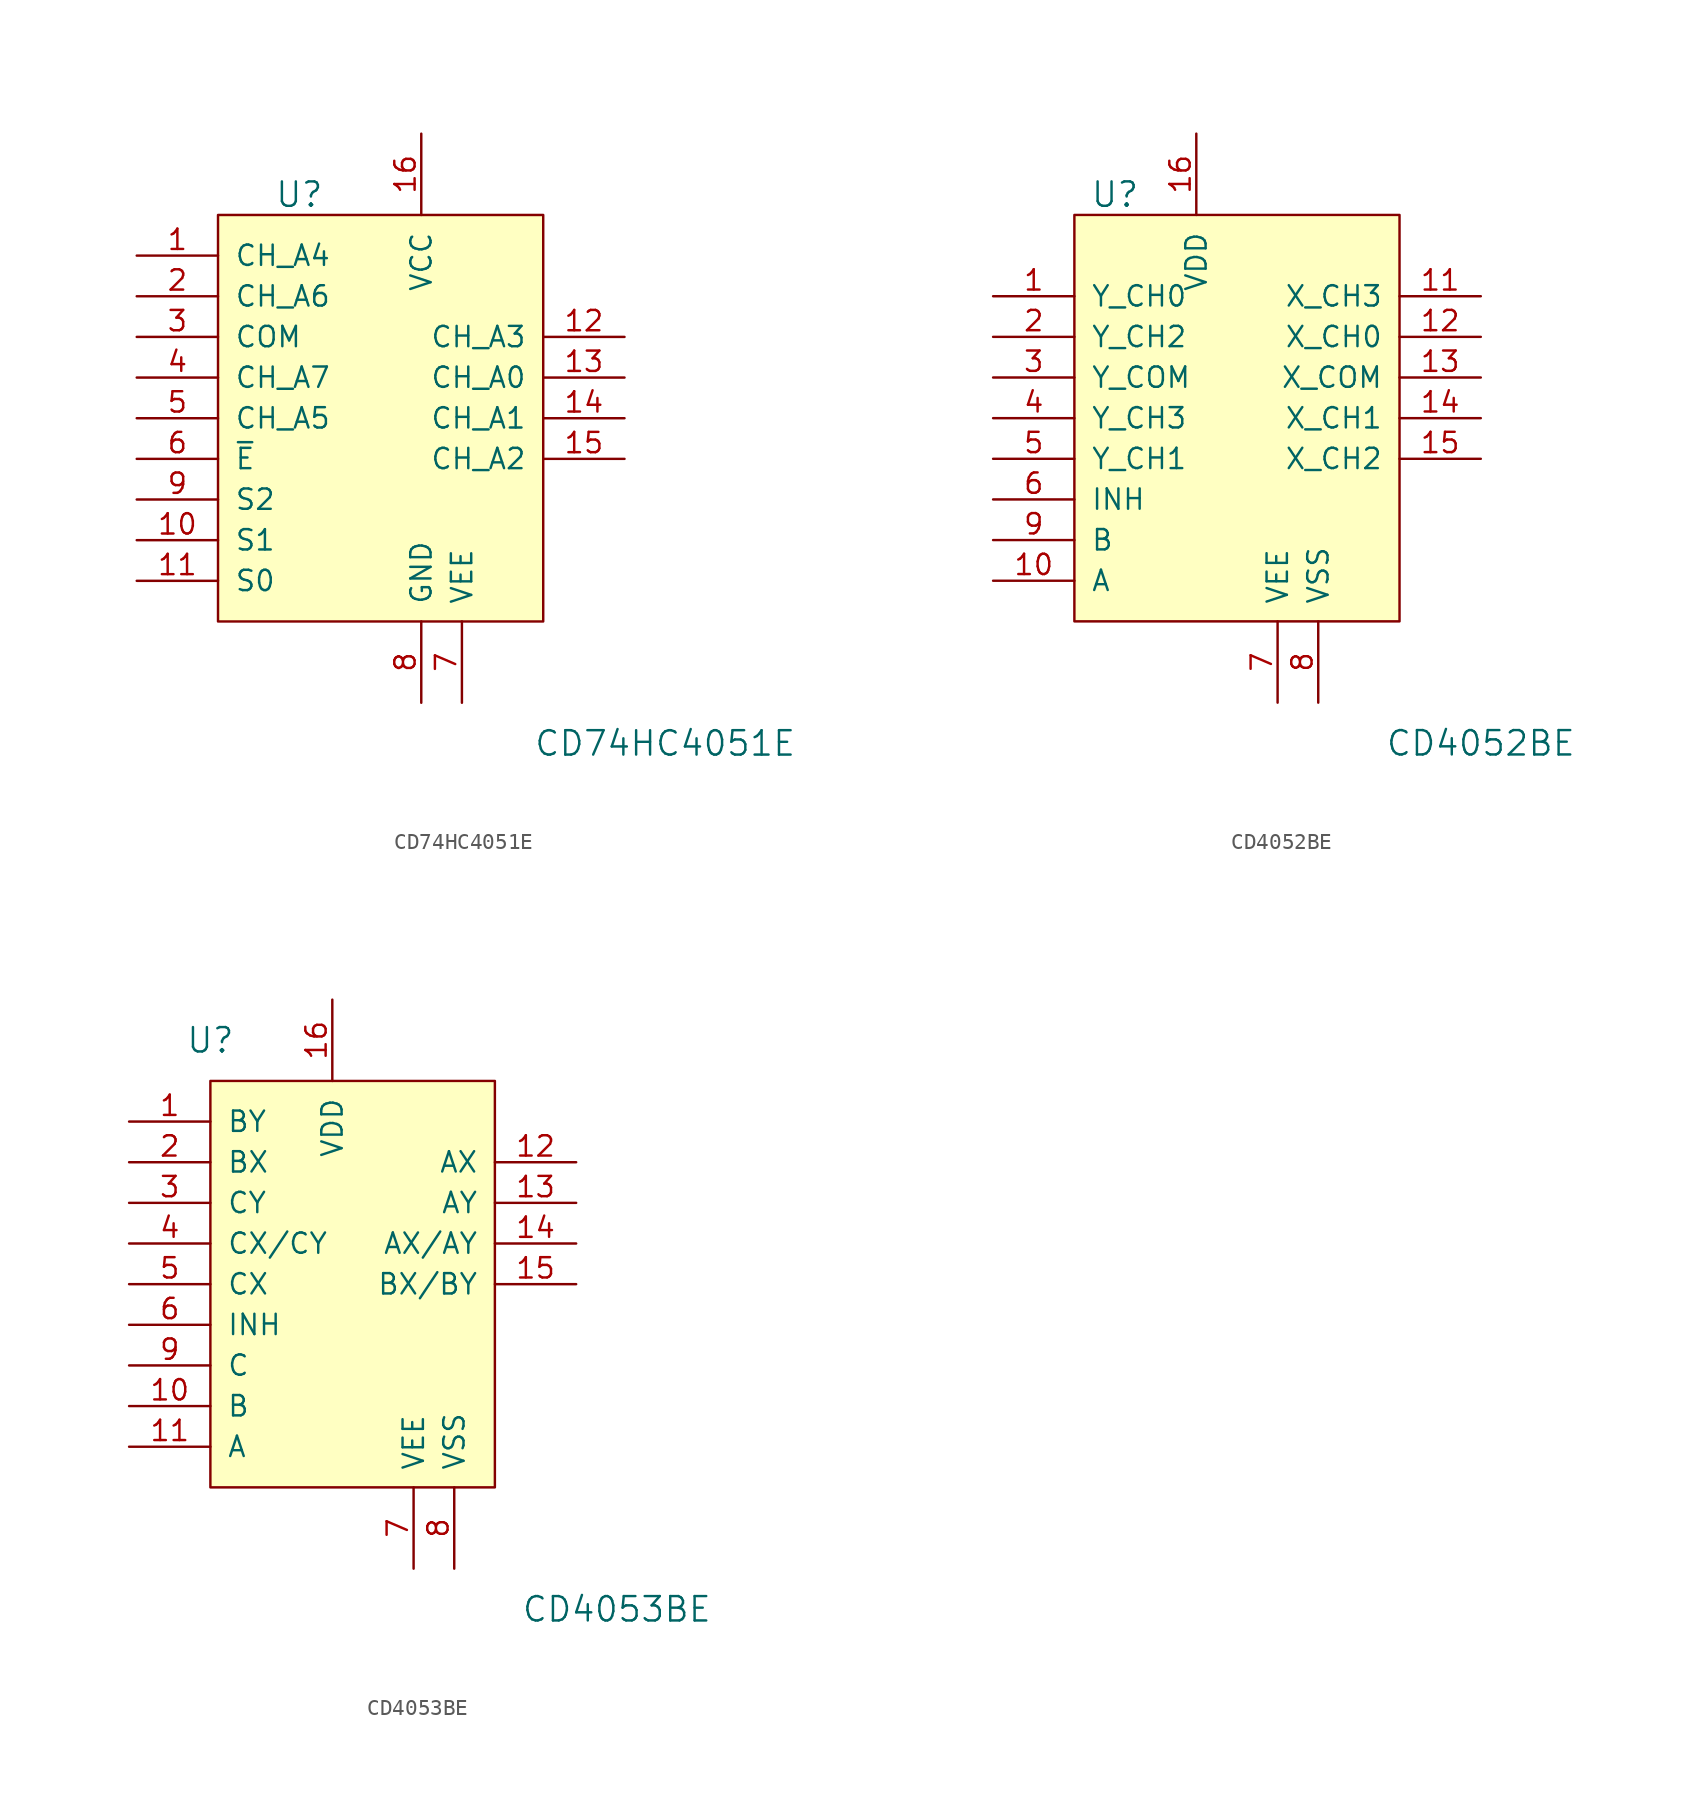
<source format=kicad_sym>
(kicad_symbol_lib
  (version 20231120)
  (generator "kicad_symbol_editor")
  (generator_version "8.0")
  (symbol "CD74HC4051E"
    (pin_names
      (offset 1.016))
    (property "Reference" "U"
      (at -5.08 13.97 0)
      (effects (font (size 1.524 1.524))))
    (property "Value" "CD74HC4051E"
      (at 17.78 -20.32 0)
      (effects (font (size 1.524 1.524))))
    (symbol "CD74HC4051E_0_1"
      (rectangle (start -10.16 12.7) (end 10.16 -12.7) (stroke (width 0) (type solid)) (fill (type background))))
    (symbol "CD74HC4051E_1_1"
      (pin bidirectional line (at -15.24 10.16 0) (length 5.08) (name "CH_A4" (effects (font (size 1.27 1.27)))) (number "1" (effects (font (size 1.27 1.27)))))
      (pin input line (at -15.24 -7.62 0) (length 5.08) (name "S1" (effects (font (size 1.27 1.27)))) (number "10" (effects (font (size 1.27 1.27)))))
      (pin input line (at -15.24 -10.16 0) (length 5.08) (name "S0" (effects (font (size 1.27 1.27)))) (number "11" (effects (font (size 1.27 1.27)))))
      (pin bidirectional line (at 15.24 5.08 180) (length 5.08) (name "CH_A3" (effects (font (size 1.27 1.27)))) (number "12" (effects (font (size 1.27 1.27)))))
      (pin bidirectional line (at 15.24 2.54 180) (length 5.08) (name "CH_A0" (effects (font (size 1.27 1.27)))) (number "13" (effects (font (size 1.27 1.27)))))
      (pin bidirectional line (at 15.24 0 180) (length 5.08) (name "CH_A1" (effects (font (size 1.27 1.27)))) (number "14" (effects (font (size 1.27 1.27)))))
      (pin bidirectional line (at 15.24 -2.54 180) (length 5.08) (name "CH_A2" (effects (font (size 1.27 1.27)))) (number "15" (effects (font (size 1.27 1.27)))))
      (pin power_in line (at 2.54 17.78 270) (length 5.08) (name "VCC" (effects (font (size 1.27 1.27)))) (number "16" (effects (font (size 1.27 1.27)))))
      (pin bidirectional line (at -15.24 7.62 0) (length 5.08) (name "CH_A6" (effects (font (size 1.27 1.27)))) (number "2" (effects (font (size 1.27 1.27)))))
      (pin bidirectional line (at -15.24 5.08 0) (length 5.08) (name "COM" (effects (font (size 1.27 1.27)))) (number "3" (effects (font (size 1.27 1.27)))))
      (pin bidirectional line (at -15.24 2.54 0) (length 5.08) (name "CH_A7" (effects (font (size 1.27 1.27)))) (number "4" (effects (font (size 1.27 1.27)))))
      (pin bidirectional line (at -15.24 0 0) (length 5.08) (name "CH_A5" (effects (font (size 1.27 1.27)))) (number "5" (effects (font (size 1.27 1.27)))))
      (pin input line (at -15.24 -2.54 0) (length 5.08) (name "~{E}" (effects (font (size 1.27 1.27)))) (number "6" (effects (font (size 1.27 1.27)))))
      (pin power_in line (at 5.08 -17.78 90) (length 5.08) (name "VEE" (effects (font (size 1.27 1.27)))) (number "7" (effects (font (size 1.27 1.27)))))
      (pin power_in line (at 2.54 -17.78 90) (length 5.08) (name "GND" (effects (font (size 1.27 1.27)))) (number "8" (effects (font (size 1.27 1.27)))))
      (pin input line (at -15.24 -5.08 0) (length 5.08) (name "S2" (effects (font (size 1.27 1.27)))) (number "9" (effects (font (size 1.27 1.27)))))))
  (symbol "CD4052BE"
    (pin_names
      (offset 1.016))
    (property "Reference" "U"
      (at -7.62 13.97 0)
      (effects (font (size 1.524 1.524))))
    (property "Value" "CD4052BE"
      (at 15.24 -20.32 0)
      (effects (font (size 1.524 1.524))))
    (symbol "CD4052BE_0_1"
      (rectangle (start -10.16 12.7) (end 10.16 -12.7) (stroke (width 0) (type solid)) (fill (type background))))
    (symbol "CD4052BE_1_1"
      (pin bidirectional line (at -15.24 7.62 0) (length 5.08) (name "Y_CH0" (effects (font (size 1.27 1.27)))) (number "1" (effects (font (size 1.27 1.27)))))
      (pin input line (at -15.24 -10.16 0) (length 5.08) (name "A" (effects (font (size 1.27 1.27)))) (number "10" (effects (font (size 1.27 1.27)))))
      (pin bidirectional line (at 15.24 7.62 180) (length 5.08) (name "X_CH3" (effects (font (size 1.27 1.27)))) (number "11" (effects (font (size 1.27 1.27)))))
      (pin bidirectional line (at 15.24 5.08 180) (length 5.08) (name "X_CH0" (effects (font (size 1.27 1.27)))) (number "12" (effects (font (size 1.27 1.27)))))
      (pin bidirectional line (at 15.24 2.54 180) (length 5.08) (name "X_COM" (effects (font (size 1.27 1.27)))) (number "13" (effects (font (size 1.27 1.27)))))
      (pin bidirectional line (at 15.24 0 180) (length 5.08) (name "X_CH1" (effects (font (size 1.27 1.27)))) (number "14" (effects (font (size 1.27 1.27)))))
      (pin bidirectional line (at 15.24 -2.54 180) (length 5.08) (name "X_CH2" (effects (font (size 1.27 1.27)))) (number "15" (effects (font (size 1.27 1.27)))))
      (pin power_in line (at -2.54 17.78 270) (length 5.08) (name "VDD" (effects (font (size 1.27 1.27)))) (number "16" (effects (font (size 1.27 1.27)))))
      (pin bidirectional line (at -15.24 5.08 0) (length 5.08) (name "Y_CH2" (effects (font (size 1.27 1.27)))) (number "2" (effects (font (size 1.27 1.27)))))
      (pin bidirectional line (at -15.24 2.54 0) (length 5.08) (name "Y_COM" (effects (font (size 1.27 1.27)))) (number "3" (effects (font (size 1.27 1.27)))))
      (pin bidirectional line (at -15.24 0 0) (length 5.08) (name "Y_CH3" (effects (font (size 1.27 1.27)))) (number "4" (effects (font (size 1.27 1.27)))))
      (pin bidirectional line (at -15.24 -2.54 0) (length 5.08) (name "Y_CH1" (effects (font (size 1.27 1.27)))) (number "5" (effects (font (size 1.27 1.27)))))
      (pin input line (at -15.24 -5.08 0) (length 5.08) (name "INH" (effects (font (size 1.27 1.27)))) (number "6" (effects (font (size 1.27 1.27)))))
      (pin power_in line (at 2.54 -17.78 90) (length 5.08) (name "VEE" (effects (font (size 1.27 1.27)))) (number "7" (effects (font (size 1.27 1.27)))))
      (pin power_in line (at 5.08 -17.78 90) (length 5.08) (name "VSS" (effects (font (size 1.27 1.27)))) (number "8" (effects (font (size 1.27 1.27)))))
      (pin input line (at -15.24 -7.62 0) (length 5.08) (name "B" (effects (font (size 1.27 1.27)))) (number "9" (effects (font (size 1.27 1.27)))))))
  (symbol "CD4053BE"
    (pin_names
      (offset 1.016))
    (property "Reference" "U"
      (at -7.62 15.24 0)
      (effects (font (size 1.524 1.524))))
    (property "Value" "CD4053BE"
      (at 17.78 -20.32 0)
      (effects (font (size 1.524 1.524))))
    (symbol "CD4053BE_0_1"
      (rectangle (start -7.62 12.7) (end 10.16 -12.7) (stroke (width 0) (type solid)) (fill (type background))))
    (symbol "CD4053BE_1_1"
      (pin bidirectional line (at -12.7 10.16 0) (length 5.08) (name "BY" (effects (font (size 1.27 1.27)))) (number "1" (effects (font (size 1.27 1.27)))))
      (pin input line (at -12.7 -7.62 0) (length 5.08) (name "B" (effects (font (size 1.27 1.27)))) (number "10" (effects (font (size 1.27 1.27)))))
      (pin input line (at -12.7 -10.16 0) (length 5.08) (name "A" (effects (font (size 1.27 1.27)))) (number "11" (effects (font (size 1.27 1.27)))))
      (pin bidirectional line (at 15.24 7.62 180) (length 5.08) (name "AX" (effects (font (size 1.27 1.27)))) (number "12" (effects (font (size 1.27 1.27)))))
      (pin bidirectional line (at 15.24 5.08 180) (length 5.08) (name "AY" (effects (font (size 1.27 1.27)))) (number "13" (effects (font (size 1.27 1.27)))))
      (pin bidirectional line (at 15.24 2.54 180) (length 5.08) (name "AX/AY" (effects (font (size 1.27 1.27)))) (number "14" (effects (font (size 1.27 1.27)))))
      (pin bidirectional line (at 15.24 0 180) (length 5.08) (name "BX/BY" (effects (font (size 1.27 1.27)))) (number "15" (effects (font (size 1.27 1.27)))))
      (pin power_in line (at 0 17.78 270) (length 5.08) (name "VDD" (effects (font (size 1.27 1.27)))) (number "16" (effects (font (size 1.27 1.27)))))
      (pin bidirectional line (at -12.7 7.62 0) (length 5.08) (name "BX" (effects (font (size 1.27 1.27)))) (number "2" (effects (font (size 1.27 1.27)))))
      (pin bidirectional line (at -12.7 5.08 0) (length 5.08) (name "CY" (effects (font (size 1.27 1.27)))) (number "3" (effects (font (size 1.27 1.27)))))
      (pin bidirectional line (at -12.7 2.54 0) (length 5.08) (name "CX/CY" (effects (font (size 1.27 1.27)))) (number "4" (effects (font (size 1.27 1.27)))))
      (pin bidirectional line (at -12.7 0 0) (length 5.08) (name "CX" (effects (font (size 1.27 1.27)))) (number "5" (effects (font (size 1.27 1.27)))))
      (pin input line (at -12.7 -2.54 0) (length 5.08) (name "INH" (effects (font (size 1.27 1.27)))) (number "6" (effects (font (size 1.27 1.27)))))
      (pin power_in line (at 5.08 -17.78 90) (length 5.08) (name "VEE" (effects (font (size 1.27 1.27)))) (number "7" (effects (font (size 1.27 1.27)))))
      (pin power_in line (at 7.62 -17.78 90) (length 5.08) (name "VSS" (effects (font (size 1.27 1.27)))) (number "8" (effects (font (size 1.27 1.27)))))
      (pin input line (at -12.7 -5.08 0) (length 5.08) (name "C" (effects (font (size 1.27 1.27)))) (number "9" (effects (font (size 1.27 1.27))))))))
</source>
